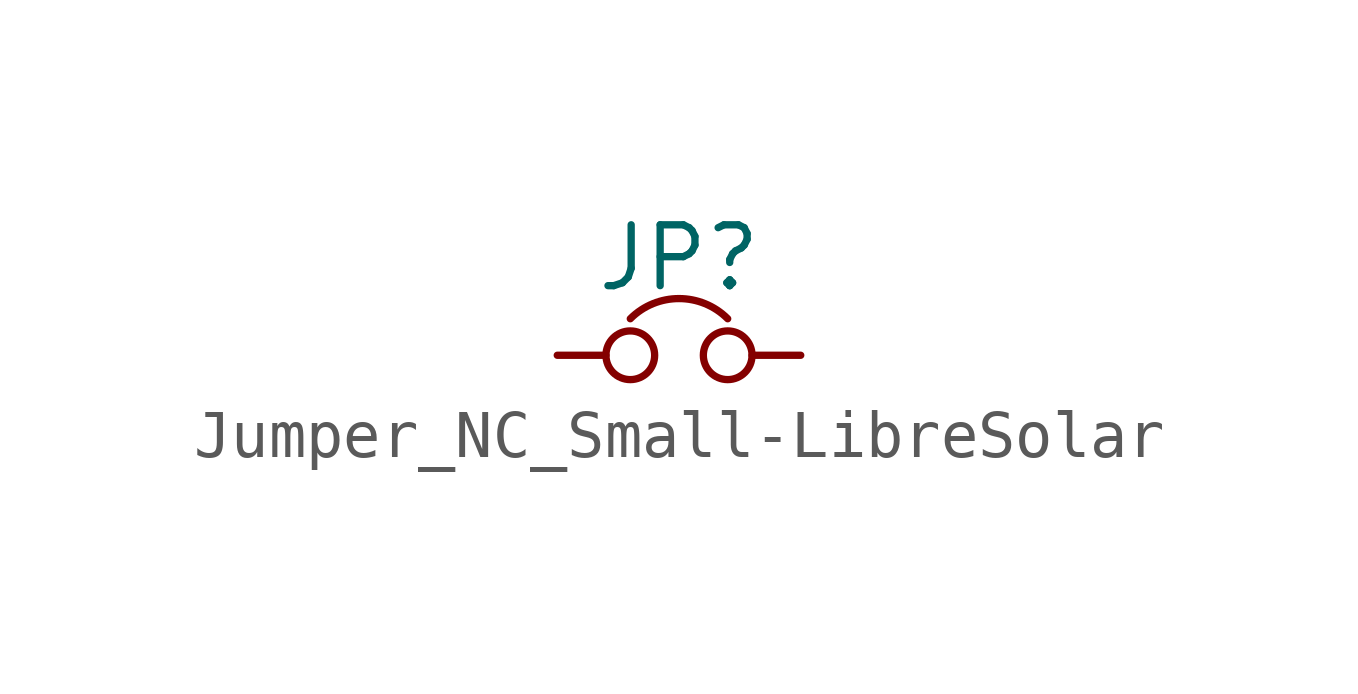
<source format=kicad_sym>
(kicad_symbol_lib
  (version 20241209)
  (generator "kicad_symbol_editor")
  (generator_version "9.0")
  (symbol "Jumper_NC_Small-LibreSolar"
    (pin_numbers
      (hide yes))
    (pin_names
      (offset 0.762)
      (hide yes))
    (property "Reference" "JP"
      (at 0 2.032 0)
      (effects (font (size 1.27 1.27))))
    (property "Footprint" ""
      (at 0 0 0)
      (effects (font (size 1.27 1.27))))
    (property "Datasheet" ""
      (at 0 0 0)
      (effects (font (size 1.27 1.27))))
    (symbol "Jumper_NC_Small-LibreSolar_0_1"
      (circle (center -1.016 0) (radius 0.508) (stroke (width 0) (type solid)) (fill (type none)))
      (arc (start -1.016 0.762) (mid 0 1.1828) (end 1.016 0.762) (stroke (width 0) (type solid)) (fill (type none)))
      (circle (center 1.016 0) (radius 0.508) (stroke (width 0) (type solid)) (fill (type none)))
      (pin passive line (at -2.54 0 0) (length 1.016) (name "1" (effects (font (size 1.27 1.27)))) (number "1" (effects (font (size 1.27 1.27)))))
      (pin passive line (at 2.54 0 180) (length 1.016) (name "2" (effects (font (size 1.27 1.27)))) (number "2" (effects (font (size 1.27 1.27))))))))
</source>
